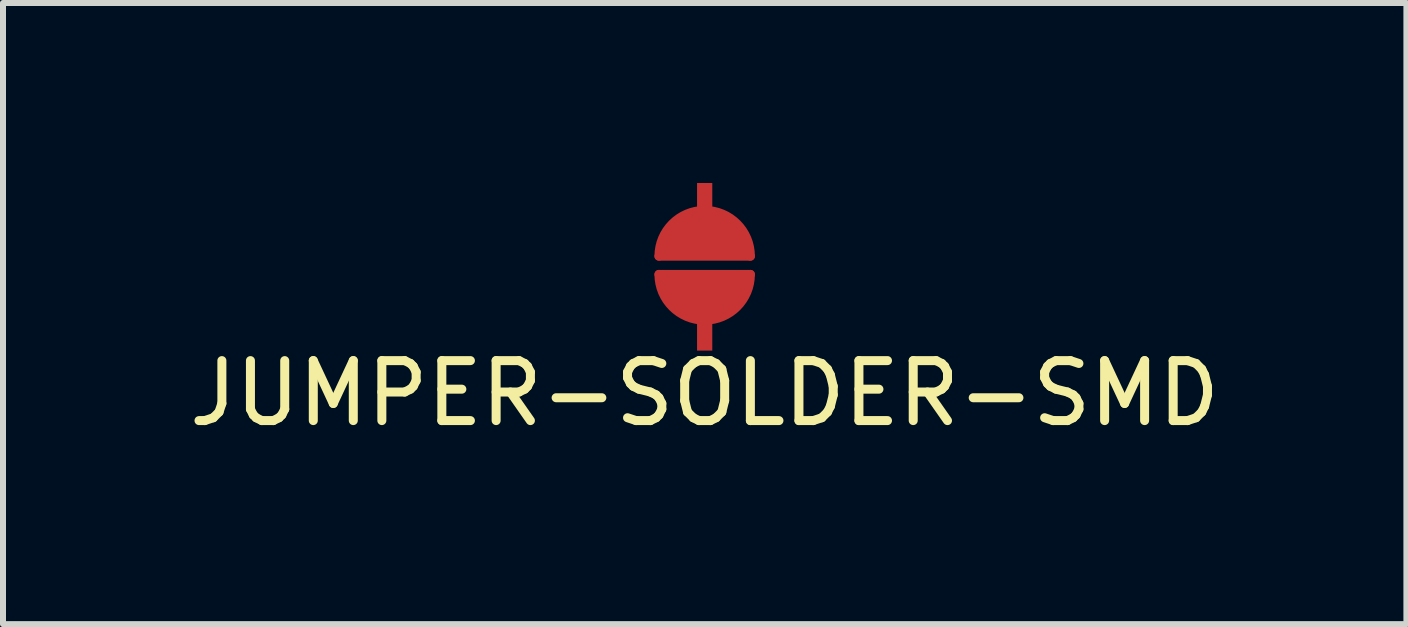
<source format=kicad_pcb>
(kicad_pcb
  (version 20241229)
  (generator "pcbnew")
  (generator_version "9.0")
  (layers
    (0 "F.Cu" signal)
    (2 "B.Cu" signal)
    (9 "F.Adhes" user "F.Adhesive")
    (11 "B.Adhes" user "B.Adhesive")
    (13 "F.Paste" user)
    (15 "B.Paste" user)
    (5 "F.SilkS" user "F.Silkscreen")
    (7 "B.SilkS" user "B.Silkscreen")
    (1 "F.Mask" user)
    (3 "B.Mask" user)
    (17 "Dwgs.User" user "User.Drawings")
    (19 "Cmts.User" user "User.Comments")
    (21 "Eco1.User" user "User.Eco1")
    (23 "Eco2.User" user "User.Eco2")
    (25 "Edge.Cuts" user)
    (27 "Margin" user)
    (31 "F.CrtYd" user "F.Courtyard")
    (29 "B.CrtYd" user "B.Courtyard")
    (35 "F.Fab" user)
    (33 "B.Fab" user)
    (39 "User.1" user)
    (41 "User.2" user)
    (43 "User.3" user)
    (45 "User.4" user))
  (footprint "JUMPER-SOLDER-SMD"
    (layer "F.Cu")
    (at 8.696 1.372)
    (property "Reference" "JUMPER-SOLDER-SMD" (at 0 2.134 0) (layer "F.SilkS") (effects (font (size 1 1) (thickness 0.15))))
    (attr through_hole)
    (fp_line (start -0.762 -0.152) (end 0.762 -0.152) (stroke (width 0.15) (type solid)) (layer "F.Cu"))
    (fp_line (start -0.762 0.152) (end 0.762 0.152) (stroke (width 0.15) (type solid)) (layer "F.Cu"))
    (fp_line (start -0.711 0.254) (end 0.66 0.254) (stroke (width 0.15) (type solid)) (layer "F.Cu"))
    (fp_line (start -0.66 -0.457) (end 0.61 -0.457) (stroke (width 0.15) (type solid)) (layer "F.Cu"))
    (fp_line (start -0.66 -0.356) (end -0.66 -0.457) (stroke (width 0.15) (type solid)) (layer "F.Cu"))
    (fp_line (start -0.66 -0.254) (end 0.66 -0.254) (stroke (width 0.15) (type solid)) (layer "F.Cu"))
    (fp_line (start -0.66 0.356) (end -0.66 0.457) (stroke (width 0.15) (type solid)) (layer "F.Cu"))
    (fp_line (start -0.66 0.457) (end 0.61 0.457) (stroke (width 0.15) (type solid)) (layer "F.Cu"))
    (fp_line (start -0.559 -0.559) (end -0.508 -0.66) (stroke (width 0.15) (type solid)) (layer "F.Cu"))
    (fp_line (start -0.508 -0.66) (end 0.457 -0.66) (stroke (width 0.15) (type solid)) (layer "F.Cu"))
    (fp_line (start -0.508 0.559) (end -0.508 0.66) (stroke (width 0.15) (type solid)) (layer "F.Cu"))
    (fp_line (start -0.508 0.66) (end 0.457 0.66) (stroke (width 0.15) (type solid)) (layer "F.Cu"))
    (fp_line (start -0.406 0.711) (end -0.406 0.762) (stroke (width 0.15) (type solid)) (layer "F.Cu"))
    (fp_line (start -0.406 0.762) (end 0.305 0.762) (stroke (width 0.15) (type solid)) (layer "F.Cu"))
    (fp_line (start -0.356 -0.762) (end -0.305 -0.813) (stroke (width 0.15) (type solid)) (layer "F.Cu"))
    (fp_line (start -0.305 -0.813) (end 0.254 -0.813) (stroke (width 0.15) (type solid)) (layer "F.Cu"))
    (fp_line (start 0.305 0.762) (end 0.305 0.813) (stroke (width 0.15) (type solid)) (layer "F.Cu"))
    (fp_line (start 0.305 0.813) (end -0.254 0.813) (stroke (width 0.15) (type solid)) (layer "F.Cu"))
    (fp_line (start 0.356 -0.762) (end -0.356 -0.762) (stroke (width 0.15) (type solid)) (layer "F.Cu"))
    (fp_line (start 0.457 -0.66) (end 0.356 -0.762) (stroke (width 0.15) (type solid)) (layer "F.Cu"))
    (fp_line (start 0.457 0.66) (end 0.457 0.711) (stroke (width 0.15) (type solid)) (layer "F.Cu"))
    (fp_line (start 0.457 0.711) (end -0.406 0.711) (stroke (width 0.15) (type solid)) (layer "F.Cu"))
    (fp_line (start 0.61 -0.559) (end -0.559 -0.559) (stroke (width 0.15) (type solid)) (layer "F.Cu"))
    (fp_line (start 0.61 -0.457) (end 0.61 -0.559) (stroke (width 0.15) (type solid)) (layer "F.Cu"))
    (fp_line (start 0.61 0.457) (end 0.61 0.508) (stroke (width 0.15) (type solid)) (layer "F.Cu"))
    (fp_line (start 0.61 0.457) (end 0.61 0.559) (stroke (width 0.15) (type solid)) (layer "F.Cu"))
    (fp_line (start 0.61 0.559) (end -0.508 0.559) (stroke (width 0.15) (type solid)) (layer "F.Cu"))
    (fp_line (start 0.66 -0.356) (end -0.66 -0.356) (stroke (width 0.15) (type solid)) (layer "F.Cu"))
    (fp_line (start 0.66 -0.254) (end 0.66 -0.356) (stroke (width 0.15) (type solid)) (layer "F.Cu"))
    (fp_line (start 0.66 0.254) (end 0.66 0.356) (stroke (width 0.15) (type solid)) (layer "F.Cu"))
    (fp_line (start 0.66 0.356) (end -0.66 0.356) (stroke (width 0.15) (type solid)) (layer "F.Cu"))
    (fp_arc (start -0.762 -0.1524) (mid -0.538815 -0.691215) (end 0 -0.9144) (stroke (width 0.15) (type solid)) (layer "F.Cu"))
    (fp_arc (start 0 -0.9144) (mid 0.538815 -0.691215) (end 0.762 -0.1524) (stroke (width 0.15) (type solid)) (layer "F.Cu"))
    (fp_arc (start 0 0.9144) (mid -0.538815 0.691215) (end -0.762 0.1524) (stroke (width 0.15) (type solid)) (layer "F.Cu"))
    (fp_arc (start 0.762 0.1524) (mid 0.538815 0.691215) (end 0 0.9144) (stroke (width 0.15) (type solid)) (layer "F.Cu"))
    (pad "1" smd rect (at 0 1.168) (size 0.254 0.508) (layers "F.Cu" "F.Mask" "F.Paste"))
    (pad "2" smd rect (at 0 -1.118) (size 0.254 0.508) (layers "F.Cu" "F.Mask" "F.Paste")))
  (gr_rect
    (start -3 -3)
    (end 20.393 7.353)
    (stroke (width 0.1) (type default))
    (fill no)
    (layer "Edge.Cuts")))
</source>
